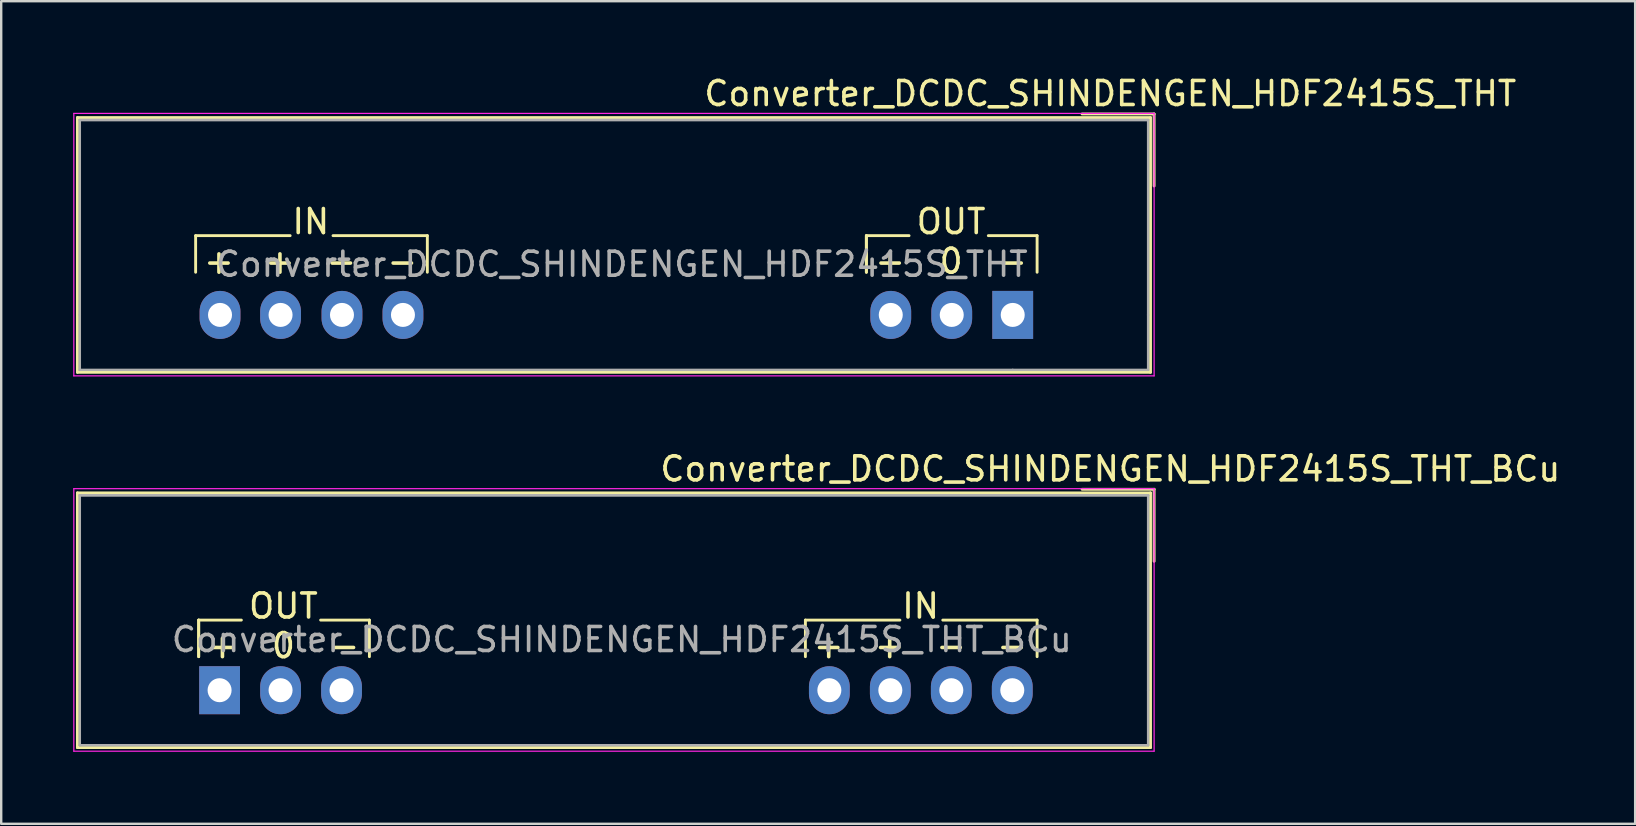
<source format=kicad_pcb>
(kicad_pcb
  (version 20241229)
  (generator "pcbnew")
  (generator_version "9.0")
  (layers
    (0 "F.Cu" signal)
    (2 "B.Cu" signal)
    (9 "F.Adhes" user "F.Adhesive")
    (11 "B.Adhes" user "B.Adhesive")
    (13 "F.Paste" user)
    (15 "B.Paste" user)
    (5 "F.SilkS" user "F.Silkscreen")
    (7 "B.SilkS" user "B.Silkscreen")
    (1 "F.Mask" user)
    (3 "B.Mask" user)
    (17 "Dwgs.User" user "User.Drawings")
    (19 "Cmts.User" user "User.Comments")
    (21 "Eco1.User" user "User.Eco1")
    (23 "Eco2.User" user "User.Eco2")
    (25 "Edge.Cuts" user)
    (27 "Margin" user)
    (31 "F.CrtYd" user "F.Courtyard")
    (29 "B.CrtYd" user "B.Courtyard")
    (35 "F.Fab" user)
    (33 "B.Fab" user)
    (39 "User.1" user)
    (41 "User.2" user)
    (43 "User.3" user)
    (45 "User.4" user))
  (footprint "Converter_DCDC_SHINDENGEN_HDF2415S_THT"
    (layer "F.Cu")
    (at 39.135 10.068)
    (property "Reference" "Converter_DCDC_SHINDENGEN_HDF2415S_THT" (at 4.065 -9.22 180) (layer "F.SilkS") (effects (font (size 1 1) (thickness 0.15))))
    (attr through_hole)
    (fp_line (start -38.96 2.39) (end -38.96 -8.22) (stroke (width 0.12) (type default)) (layer "F.SilkS"))
    (fp_line (start -34.036 -3.302) (end -30.099 -3.302) (stroke (width 0.12) (type default)) (layer "F.SilkS"))
    (fp_line (start -34.036 -1.778) (end -34.036 -3.302) (stroke (width 0.12) (type default)) (layer "F.SilkS"))
    (fp_line (start -28.313 -3.302) (end -24.384 -3.302) (stroke (width 0.12) (type default)) (layer "F.SilkS"))
    (fp_line (start -24.384 -3.302) (end -24.384 -1.778) (stroke (width 0.12) (type default)) (layer "F.SilkS"))
    (fp_line (start -6.096 -3.302) (end -6.096 -1.778) (stroke (width 0.12) (type default)) (layer "F.SilkS"))
    (fp_line (start -6.096 -3.302) (end -4.318 -3.302) (stroke (width 0.12) (type default)) (layer "F.SilkS"))
    (fp_line (start -6.096 -1.778) (end -6.096 -3.302) (stroke (width 0.12) (type default)) (layer "F.SilkS"))
    (fp_line (start -1.016 -3.302) (end 1.016 -3.302) (stroke (width 0.12) (type default)) (layer "F.SilkS"))
    (fp_line (start 1.016 -3.302) (end 1.016 -1.778) (stroke (width 0.12) (type default)) (layer "F.SilkS"))
    (fp_line (start 5.74 -8.22) (end -38.96 -8.22) (stroke (width 0.12) (type solid)) (layer "F.SilkS"))
    (fp_line (start 5.74 2.39) (end -38.96 2.39) (stroke (width 0.12) (type solid)) (layer "F.SilkS"))
    (fp_line (start 5.74 2.39) (end 5.74 -8.22) (stroke (width 0.12) (type solid)) (layer "F.SilkS"))
    (fp_line (start 5.89 -8.37) (end 2.89 -8.37) (stroke (width 0.12) (type solid)) (layer "F.SilkS"))
    (fp_line (start 5.89 -5.37) (end 5.89 -8.37) (stroke (width 0.12) (type solid)) (layer "F.SilkS"))
    (fp_line (start -39.11 -8.395) (end -39.11 2.54) (stroke (width 0.05) (type default)) (layer "F.CrtYd"))
    (fp_line (start 5.89 -8.395) (end -39.11 -8.395) (stroke (width 0.05) (type solid)) (layer "F.CrtYd"))
    (fp_line (start 5.89 2.54) (end -39.11 2.54) (stroke (width 0.05) (type solid)) (layer "F.CrtYd"))
    (fp_line (start 5.89 2.54) (end 5.89 -8.395) (stroke (width 0.05) (type solid)) (layer "F.CrtYd"))
    (fp_line (start -38.86 -8.12) (end -38.86 0) (stroke (width 0.1) (type default)) (layer "F.Fab"))
    (fp_line (start -38.86 -8.12) (end 5.64 -8.12) (stroke (width 0.1) (type solid)) (layer "F.Fab"))
    (fp_line (start -38.86 -8.12) (end 5.64 -8.12) (stroke (width 0.1) (type solid)) (layer "F.Fab"))
    (fp_line (start -38.86 0) (end -38.86 2.29) (stroke (width 0.1) (type default)) (layer "F.Fab"))
    (fp_line (start 0 2.29) (end -38.86 2.29) (stroke (width 0.1) (type solid)) (layer "F.Fab"))
    (fp_line (start 5.64 0) (end 5.64 -8.12) (stroke (width 0.1) (type default)) (layer "F.Fab"))
    (fp_line (start 5.64 2.29) (end 0 2.29) (stroke (width 0.1) (type solid)) (layer "F.Fab"))
    (fp_line (start 5.64 2.29) (end 5.64 0) (stroke (width 0.1) (type default)) (layer "F.Fab"))
    (fp_text user "" (at 3 0 180) (layer "F.SilkS") (effects (font (size 1 1) (thickness 0.15))))
    (fp_text user "-" (at -28.684 -1.65 0) (unlocked yes) (layer "F.SilkS") (effects (font (size 1 1) (thickness 0.15)) (justify left bottom)))
    (fp_text user "OUT" (at -4.094 -3.302 0) (unlocked yes) (layer "F.SilkS") (effects (font (size 1 1) (thickness 0.15)) (justify left bottom)))
    (fp_text user "+" (at -31.242 -1.65 0) (unlocked yes) (layer "F.SilkS") (effects (font (size 1 1) (thickness 0.15)) (justify left bottom)))
    (fp_text user "+" (at -33.782 -1.65 0) (unlocked yes) (layer "F.SilkS") (effects (font (size 1 1) (thickness 0.15)) (justify left bottom)))
    (fp_text user "-" (at -0.744 -1.65 0) (unlocked yes) (layer "F.SilkS") (effects (font (size 1 1) (thickness 0.15)) (justify left bottom)))
    (fp_text user "+" (at -5.824 -1.65 0) (unlocked yes) (layer "F.SilkS") (effects (font (size 1 1) (thickness 0.15)) (justify left bottom)))
    (fp_text user "-" (at -26.144 -1.65 0) (unlocked yes) (layer "F.SilkS") (effects (font (size 1 1) (thickness 0.15)) (justify left bottom)))
    (fp_text user "0" (at -3.141 -1.65 0) (unlocked yes) (layer "F.SilkS") (effects (font (size 1 1) (thickness 0.15)) (justify left bottom)))
    (fp_text user "IN" (at -30.099 -3.302 0) (unlocked yes) (layer "F.SilkS") (effects (font (size 1 1) (thickness 0.15)) (justify left bottom)))
    (fp_text user "${REFERENCE}" (at -16.285 -2.11 180) (layer "F.Fab") (effects (font (size 1 1) (thickness 0.15))))
    (pad "1" thru_hole rect (at 0 0 180) (size 1.7 2) (drill 1) (layers "*.Cu" "*.Mask"))
    (pad "2" thru_hole oval (at -2.54 0 180) (size 1.7 2) (drill 1) (layers "*.Cu" "*.Mask"))
    (pad "3" thru_hole oval (at -5.08 0 180) (size 1.7 2) (drill 1) (layers "*.Cu" "*.Mask"))
    (pad "4" thru_hole oval (at -25.4 0 180) (size 1.7 2) (drill 1) (layers "*.Cu" "*.Mask"))
    (pad "5" thru_hole oval (at -27.94 0 180) (size 1.7 2) (drill 1) (layers "*.Cu" "*.Mask"))
    (pad "6" thru_hole oval (at -30.498 0 180) (size 1.7 2) (drill 1) (layers "*.Cu" "*.Mask"))
    (pad "7" thru_hole oval (at -33.02 0 180) (size 1.7 2) (drill 1) (layers "*.Cu" "*.Mask")))
  (footprint "Converter_DCDC_SHINDENGEN_HDF2415S_THT_BCu"
    (layer "F.Cu")
    (at 6.115 25.701)
    (property "Reference" "Converter_DCDC_SHINDENGEN_HDF2415S_THT_BCu" (at 37.085 -9.22 180) (layer "F.SilkS") (effects (font (size 1 1) (thickness 0.15))))
    (attr through_hole)
    (fp_line (start -5.94 2.39) (end -5.94 -8.22) (stroke (width 0.12) (type default)) (layer "F.SilkS"))
    (fp_line (start -0.889 -2.921) (end -0.889 -1.397) (stroke (width 0.12) (type default)) (layer "F.SilkS"))
    (fp_line (start -0.889 -2.921) (end 0.889 -2.921) (stroke (width 0.12) (type default)) (layer "F.SilkS"))
    (fp_line (start -0.889 -1.397) (end -0.889 -2.921) (stroke (width 0.12) (type default)) (layer "F.SilkS"))
    (fp_line (start 4.191 -2.921) (end 6.223 -2.921) (stroke (width 0.12) (type default)) (layer "F.SilkS"))
    (fp_line (start 6.223 -2.921) (end 6.223 -1.397) (stroke (width 0.12) (type default)) (layer "F.SilkS"))
    (fp_line (start 24.384 -2.921) (end 28.321 -2.921) (stroke (width 0.12) (type default)) (layer "F.SilkS"))
    (fp_line (start 24.384 -1.397) (end 24.384 -2.921) (stroke (width 0.12) (type default)) (layer "F.SilkS"))
    (fp_line (start 30.107 -2.921) (end 34.036 -2.921) (stroke (width 0.12) (type default)) (layer "F.SilkS"))
    (fp_line (start 34.036 -2.921) (end 34.036 -1.397) (stroke (width 0.12) (type default)) (layer "F.SilkS"))
    (fp_line (start 38.76 -8.22) (end -5.94 -8.22) (stroke (width 0.12) (type solid)) (layer "F.SilkS"))
    (fp_line (start 38.76 2.39) (end -5.94 2.39) (stroke (width 0.12) (type solid)) (layer "F.SilkS"))
    (fp_line (start 38.76 2.39) (end 38.76 -8.22) (stroke (width 0.12) (type solid)) (layer "F.SilkS"))
    (fp_line (start 38.91 -8.37) (end 35.91 -8.37) (stroke (width 0.12) (type solid)) (layer "F.SilkS"))
    (fp_line (start 38.91 -5.37) (end 38.91 -8.37) (stroke (width 0.12) (type solid)) (layer "F.SilkS"))
    (fp_line (start -6.09 -8.395) (end -6.09 2.54) (stroke (width 0.05) (type default)) (layer "F.CrtYd"))
    (fp_line (start 38.91 -8.395) (end -6.09 -8.395) (stroke (width 0.05) (type solid)) (layer "F.CrtYd"))
    (fp_line (start 38.91 2.54) (end -6.09 2.54) (stroke (width 0.05) (type solid)) (layer "F.CrtYd"))
    (fp_line (start 38.91 2.54) (end 38.91 -8.395) (stroke (width 0.05) (type solid)) (layer "F.CrtYd"))
    (fp_line (start -5.84 -8.12) (end -5.84 0) (stroke (width 0.1) (type default)) (layer "F.Fab"))
    (fp_line (start -5.84 -8.12) (end 38.66 -8.12) (stroke (width 0.1) (type solid)) (layer "F.Fab"))
    (fp_line (start -5.84 -8.12) (end 38.66 -8.12) (stroke (width 0.1) (type solid)) (layer "F.Fab"))
    (fp_line (start -5.84 0) (end -5.84 2.29) (stroke (width 0.1) (type default)) (layer "F.Fab"))
    (fp_line (start 33.02 2.29) (end -5.84 2.29) (stroke (width 0.1) (type solid)) (layer "F.Fab"))
    (fp_line (start 38.66 0) (end 38.66 -8.12) (stroke (width 0.1) (type default)) (layer "F.Fab"))
    (fp_line (start 38.66 2.29) (end 33.02 2.29) (stroke (width 0.1) (type solid)) (layer "F.Fab"))
    (fp_line (start 38.66 2.29) (end 38.66 0) (stroke (width 0.1) (type default)) (layer "F.Fab"))
    (fp_text user "-" (at 32.276 -1.269 0) (unlocked yes) (layer "F.SilkS") (effects (font (size 1 1) (thickness 0.15)) (justify left bottom)))
    (fp_text user "+" (at 24.638 -1.269 0) (unlocked yes) (layer "F.SilkS") (effects (font (size 1 1) (thickness 0.15)) (justify left bottom)))
    (fp_text user "IN" (at 28.321 -2.921 0) (unlocked yes) (layer "F.SilkS") (effects (font (size 1 1) (thickness 0.15)) (justify left bottom)))
    (fp_text user "+" (at 27.178 -1.269 0) (unlocked yes) (layer "F.SilkS") (effects (font (size 1 1) (thickness 0.15)) (justify left bottom)))
    (fp_text user "" (at 36.02 0 180) (layer "F.SilkS") (effects (font (size 1 1) (thickness 0.15))))
    (fp_text user "0" (at 2.066 -1.269 0) (unlocked yes) (layer "F.SilkS") (effects (font (size 1 1) (thickness 0.15)) (justify left bottom)))
    (fp_text user "-" (at 4.463 -1.269 0) (unlocked yes) (layer "F.SilkS") (effects (font (size 1 1) (thickness 0.15)) (justify left bottom)))
    (fp_text user "+" (at -0.617 -1.269 0) (unlocked yes) (layer "F.SilkS") (effects (font (size 1 1) (thickness 0.15)) (justify left bottom)))
    (fp_text user "OUT" (at 1.113 -2.921 0) (unlocked yes) (layer "F.SilkS") (effects (font (size 1 1) (thickness 0.15)) (justify left bottom)))
    (fp_text user "-" (at 29.736 -1.269 0) (unlocked yes) (layer "F.SilkS") (effects (font (size 1 1) (thickness 0.15)) (justify left bottom)))
    (fp_text user "${REFERENCE}" (at 16.735 -2.11 180) (layer "F.Fab") (effects (font (size 1 1) (thickness 0.15))))
    (pad "1" thru_hole rect (at -0.018 0 180) (size 1.7 2) (drill 1) (layers "*.Cu" "*.Mask"))
    (pad "2" thru_hole oval (at 2.522 0 180) (size 1.7 2) (drill 1) (layers "*.Cu" "*.Mask"))
    (pad "3" thru_hole oval (at 5.062 0 180) (size 1.7 2) (drill 1) (layers "*.Cu" "*.Mask"))
    (pad "4" thru_hole oval (at 25.382 0 180) (size 1.7 2) (drill 1) (layers "*.Cu" "*.Mask"))
    (pad "5" thru_hole oval (at 27.922 0 180) (size 1.7 2) (drill 1) (layers "*.Cu" "*.Mask"))
    (pad "6" thru_hole oval (at 30.462 0 180) (size 1.7 2) (drill 1) (layers "*.Cu" "*.Mask"))
    (pad "7" thru_hole oval (at 33.002 0 180) (size 1.7 2) (drill 1) (layers "*.Cu" "*.Mask")))
  (gr_rect
    (start -3 -3)
    (end 65.063 31.267)
    (stroke (width 0.1) (type default))
    (fill no)
    (layer "Edge.Cuts")))
</source>
